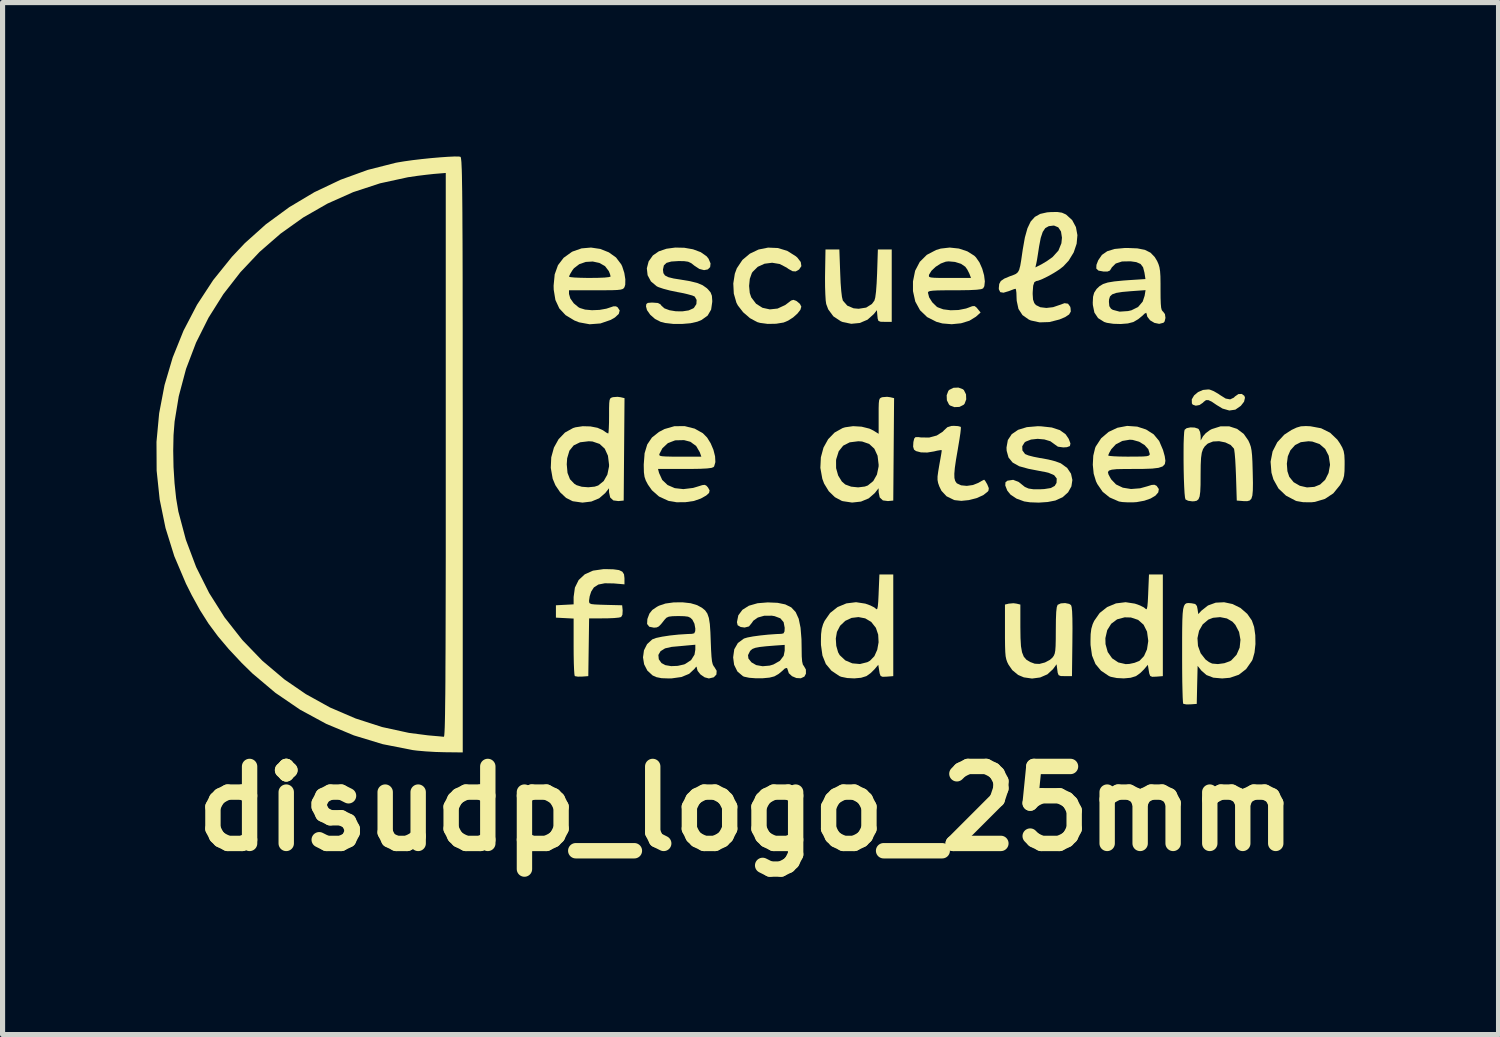
<source format=kicad_pcb>
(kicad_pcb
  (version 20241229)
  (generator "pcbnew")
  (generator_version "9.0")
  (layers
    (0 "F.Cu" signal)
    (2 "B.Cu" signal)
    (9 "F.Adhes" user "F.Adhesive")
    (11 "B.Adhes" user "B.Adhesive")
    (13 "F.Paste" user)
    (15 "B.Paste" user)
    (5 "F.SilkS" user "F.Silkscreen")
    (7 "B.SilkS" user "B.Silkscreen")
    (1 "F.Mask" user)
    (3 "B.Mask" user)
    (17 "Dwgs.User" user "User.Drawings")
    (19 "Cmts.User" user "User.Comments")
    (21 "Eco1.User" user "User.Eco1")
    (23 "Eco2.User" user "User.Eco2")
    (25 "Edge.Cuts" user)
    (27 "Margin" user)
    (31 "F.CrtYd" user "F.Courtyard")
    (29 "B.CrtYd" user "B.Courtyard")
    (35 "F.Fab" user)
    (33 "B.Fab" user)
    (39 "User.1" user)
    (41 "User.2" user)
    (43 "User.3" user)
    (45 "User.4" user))
  (footprint "disudp_logo_25mm"
    (layer "F.Cu")
    (at 11.583 5.79)
    (property "Reference" "disudp_logo_25mm" (at -0.09 6.92 0) (layer "F.SilkS") (effects (font (size 1.5 1.5) (thickness 0.3))))
    (attr board_only exclude_from_pos_files exclude_from_bom)
    (fp_poly (pts (xy 4.133 -1.254) (xy 4.154 -1.236) (xy 4.195 -1.154) (xy 4.199 -1.056) (xy 4.167 -0.971) (xy 4.148 -0.95) (xy 4.066 -0.909) (xy 3.969 -0.905) (xy 3.883 -0.937) (xy 3.863 -0.956) (xy 3.822 -1.038) (xy 3.818 -1.136) (xy 3.85 -1.221) (xy 3.868 -1.241) (xy 3.95 -1.282) (xy 4.048 -1.286)) (stroke (width 0) (type solid)) (fill yes) (layer "F.SilkS"))
    (fp_poly (pts (xy 8.947 -1.246) (xy 9.023 -1.216) (xy 9.113 -1.164) (xy 9.147 -1.14) (xy 9.256 -1.072) (xy 9.343 -1.056) (xy 9.415 -1.09) (xy 9.437 -1.113) (xy 9.503 -1.159) (xy 9.57 -1.162) (xy 9.62 -1.125) (xy 9.632 -1.088) (xy 9.614 -1.011) (xy 9.552 -0.931) (xy 9.445 -0.856) (xy 9.327 -0.839) (xy 9.194 -0.877) (xy 9.08 -0.946) (xy 8.983 -1.012) (xy 8.918 -1.042) (xy 8.872 -1.041) (xy 8.829 -1.009) (xy 8.812 -0.991) (xy 8.746 -0.946) (xy 8.673 -0.933) (xy 8.614 -0.953) (xy 8.597 -0.978) (xy 8.595 -1.056) (xy 8.64 -1.133) (xy 8.717 -1.198) (xy 8.814 -1.24) (xy 8.918 -1.25)) (stroke (width 0) (type solid)) (fill yes) (layer "F.SilkS"))
    (fp_poly (pts (xy 1.743 -3.513) (xy 1.751 -3.325) (xy 1.763 -3.169) (xy 1.777 -3.053) (xy 1.793 -2.987) (xy 1.795 -2.981) (xy 1.881 -2.883) (xy 2.004 -2.831) (xy 2.102 -2.822) (xy 2.249 -2.845) (xy 2.359 -2.914) (xy 2.409 -2.981) (xy 2.426 -3.042) (xy 2.441 -3.156) (xy 2.453 -3.319) (xy 2.462 -3.513) (xy 2.477 -3.978) (xy 2.612 -3.978) (xy 2.747 -3.978) (xy 2.747 -3.273) (xy 2.747 -2.567) (xy 2.612 -2.567) (xy 2.529 -2.569) (xy 2.488 -2.586) (xy 2.473 -2.63) (xy 2.468 -2.681) (xy 2.458 -2.795) (xy 2.397 -2.718) (xy 2.275 -2.609) (xy 2.124 -2.545) (xy 1.958 -2.529) (xy 1.79 -2.564) (xy 1.754 -2.579) (xy 1.609 -2.675) (xy 1.509 -2.811) (xy 1.47 -2.915) (xy 1.46 -2.985) (xy 1.453 -3.101) (xy 1.448 -3.25) (xy 1.447 -3.418) (xy 1.448 -3.504) (xy 1.456 -3.978) (xy 1.591 -3.978) (xy 1.726 -3.978)) (stroke (width 0) (type solid)) (fill yes) (layer "F.SilkS"))
    (fp_poly (pts (xy -2.677 2.256) (xy -2.569 2.271) (xy -2.504 2.302) (xy -2.471 2.353) (xy -2.462 2.427) (xy -2.462 2.429) (xy -2.462 2.549) (xy -2.671 2.531) (xy -2.844 2.528) (xy -2.971 2.553) (xy -3.058 2.609) (xy -3.111 2.691) (xy -3.14 2.782) (xy -3.152 2.863) (xy -3.152 2.865) (xy -3.151 2.898) (xy -3.138 2.92) (xy -3.104 2.934) (xy -3.039 2.941) (xy -2.93 2.946) (xy -2.83 2.949) (xy -2.507 2.957) (xy -2.497 3.059) (xy -2.502 3.142) (xy -2.527 3.186) (xy -2.573 3.197) (xy -2.664 3.206) (xy -2.784 3.211) (xy -2.859 3.212) (xy -3.151 3.213) (xy -3.159 3.775) (xy -3.167 4.338) (xy -3.289 4.347) (xy -3.37 4.348) (xy -3.424 4.339) (xy -3.431 4.335) (xy -3.438 4.299) (xy -3.444 4.214) (xy -3.449 4.088) (xy -3.452 3.931) (xy -3.453 3.764) (xy -3.453 3.216) (xy -3.625 3.207) (xy -3.798 3.198) (xy -3.798 3.077) (xy -3.798 2.957) (xy -3.625 2.948) (xy -3.453 2.939) (xy -3.453 2.795) (xy -3.428 2.613) (xy -3.355 2.465) (xy -3.236 2.354) (xy -3.076 2.282) (xy -2.875 2.253) (xy -2.834 2.252)) (stroke (width 0) (type solid)) (fill yes) (layer "F.SilkS"))
    (fp_poly (pts (xy 0.527 -4.006) (xy 0.71 -3.951) (xy 0.877 -3.846) (xy 0.908 -3.819) (xy 0.974 -3.733) (xy 0.986 -3.653) (xy 0.941 -3.587) (xy 0.938 -3.585) (xy 0.876 -3.55) (xy 0.814 -3.554) (xy 0.735 -3.598) (xy 0.701 -3.623) (xy 0.565 -3.694) (xy 0.416 -3.719) (xy 0.268 -3.7) (xy 0.136 -3.64) (xy 0.035 -3.54) (xy 0.021 -3.519) (xy -0.019 -3.406) (xy -0.033 -3.267) (xy -0.02 -3.13) (xy 0.009 -3.044) (xy 0.103 -2.92) (xy 0.228 -2.841) (xy 0.371 -2.81) (xy 0.522 -2.826) (xy 0.669 -2.894) (xy 0.723 -2.934) (xy 0.787 -2.983) (xy 0.831 -2.996) (xy 0.881 -2.978) (xy 0.897 -2.969) (xy 0.957 -2.918) (xy 0.985 -2.864) (xy 0.967 -2.802) (xy 0.909 -2.728) (xy 0.825 -2.653) (xy 0.728 -2.591) (xy 0.64 -2.554) (xy 0.493 -2.53) (xy 0.33 -2.527) (xy 0.18 -2.547) (xy 0.124 -2.563) (xy -0.016 -2.639) (xy -0.149 -2.754) (xy -0.252 -2.887) (xy -0.28 -2.94) (xy -0.331 -3.118) (xy -0.341 -3.315) (xy -0.311 -3.506) (xy -0.272 -3.611) (xy -0.163 -3.774) (xy -0.018 -3.896) (xy 0.152 -3.977) (xy 0.337 -4.014)) (stroke (width 0) (type solid)) (fill yes) (layer "F.SilkS"))
    (fp_poly (pts (xy 10.907 -0.532) (xy 11.116 -0.493) (xy 11.291 -0.406) (xy 11.433 -0.27) (xy 11.483 -0.197) (xy 11.528 -0.118) (xy 11.555 -0.049) (xy 11.569 0.031) (xy 11.574 0.141) (xy 11.574 0.21) (xy 11.572 0.342) (xy 11.563 0.434) (xy 11.543 0.506) (xy 11.507 0.577) (xy 11.483 0.617) (xy 11.353 0.776) (xy 11.19 0.884) (xy 10.996 0.942) (xy 10.923 0.95) (xy 10.766 0.948) (xy 10.638 0.926) (xy 10.621 0.92) (xy 10.431 0.82) (xy 10.285 0.681) (xy 10.186 0.503) (xy 10.148 0.373) (xy 10.134 0.198) (xy 10.448 0.198) (xy 10.459 0.344) (xy 10.495 0.453) (xy 10.58 0.558) (xy 10.701 0.628) (xy 10.841 0.66) (xy 10.984 0.649) (xy 11.096 0.604) (xy 11.195 0.511) (xy 11.261 0.379) (xy 11.289 0.226) (xy 11.289 0.21) (xy 11.264 0.043) (xy 11.195 -0.091) (xy 11.086 -0.185) (xy 10.944 -0.234) (xy 10.869 -0.24) (xy 10.72 -0.222) (xy 10.608 -0.165) (xy 10.517 -0.063) (xy 10.467 0.054) (xy 10.448 0.198) (xy 10.134 0.198) (xy 10.131 0.159) (xy 10.17 -0.041) (xy 10.261 -0.22) (xy 10.399 -0.369) (xy 10.539 -0.46) (xy 10.639 -0.507) (xy 10.722 -0.531) (xy 10.818 -0.536)) (stroke (width 0) (type solid)) (fill yes) (layer "F.SilkS"))
    (fp_poly (pts (xy 6.206 2.93) (xy 6.242 2.954) (xy 6.254 2.993) (xy 6.263 3.079) (xy 6.268 3.215) (xy 6.27 3.403) (xy 6.268 3.649) (xy 6.268 3.667) (xy 6.26 4.338) (xy 6.125 4.338) (xy 6.041 4.336) (xy 6 4.319) (xy 5.982 4.274) (xy 5.975 4.223) (xy 5.96 4.107) (xy 5.889 4.203) (xy 5.781 4.303) (xy 5.64 4.364) (xy 5.482 4.385) (xy 5.322 4.362) (xy 5.211 4.315) (xy 5.097 4.221) (xy 5.024 4.116) (xy 4.998 4.064) (xy 4.98 4.012) (xy 4.967 3.95) (xy 4.96 3.867) (xy 4.956 3.753) (xy 4.954 3.596) (xy 4.954 3.464) (xy 4.954 2.943) (xy 5.029 2.925) (xy 5.12 2.917) (xy 5.179 2.925) (xy 5.254 2.943) (xy 5.254 3.381) (xy 5.257 3.594) (xy 5.266 3.755) (xy 5.287 3.874) (xy 5.321 3.959) (xy 5.373 4.019) (xy 5.446 4.063) (xy 5.535 4.096) (xy 5.625 4.1) (xy 5.733 4.072) (xy 5.831 4.02) (xy 5.883 3.973) (xy 5.907 3.938) (xy 5.924 3.896) (xy 5.935 3.836) (xy 5.941 3.749) (xy 5.944 3.623) (xy 5.945 3.448) (xy 5.945 3.44) (xy 5.947 3.235) (xy 5.953 3.087) (xy 5.964 2.993) (xy 5.98 2.949) (xy 5.981 2.948) (xy 6.042 2.92) (xy 6.127 2.914)) (stroke (width 0) (type solid)) (fill yes) (layer "F.SilkS"))
    (fp_poly (pts (xy 2.718 -1.098) (xy 2.793 -1.08) (xy 2.785 -0.082) (xy 2.777 0.916) (xy 2.673 0.926) (xy 2.574 0.913) (xy 2.513 0.855) (xy 2.492 0.753) (xy 2.492 0.752) (xy 2.491 0.676) (xy 2.417 0.77) (xy 2.299 0.873) (xy 2.148 0.936) (xy 1.975 0.955) (xy 1.794 0.928) (xy 1.773 0.922) (xy 1.639 0.85) (xy 1.52 0.734) (xy 1.429 0.585) (xy 1.394 0.491) (xy 1.356 0.279) (xy 1.363 0.135) (xy 1.662 0.135) (xy 1.663 0.285) (xy 1.703 0.428) (xy 1.775 0.545) (xy 1.842 0.603) (xy 1.956 0.645) (xy 2.092 0.659) (xy 2.223 0.643) (xy 2.281 0.622) (xy 2.387 0.536) (xy 2.459 0.409) (xy 2.491 0.253) (xy 2.492 0.219) (xy 2.471 0.042) (xy 2.408 -0.095) (xy 2.307 -0.188) (xy 2.17 -0.235) (xy 2.096 -0.24) (xy 1.928 -0.219) (xy 1.801 -0.154) (xy 1.714 -0.045) (xy 1.665 0.111) (xy 1.662 0.135) (xy 1.363 0.135) (xy 1.366 0.073) (xy 1.417 -0.116) (xy 1.508 -0.28) (xy 1.634 -0.41) (xy 1.79 -0.497) (xy 1.839 -0.512) (xy 1.994 -0.534) (xy 2.16 -0.524) (xy 2.312 -0.486) (xy 2.387 -0.45) (xy 2.492 -0.385) (xy 2.492 -0.733) (xy 2.492 -0.881) (xy 2.495 -0.981) (xy 2.502 -1.041) (xy 2.516 -1.074) (xy 2.539 -1.09) (xy 2.567 -1.099) (xy 2.657 -1.106)) (stroke (width 0) (type solid)) (fill yes) (layer "F.SilkS"))
    (fp_poly (pts (xy 4.039 -0.535) (xy 4.088 -0.522) (xy 4.094 -0.517) (xy 4.094 -0.481) (xy 4.085 -0.397) (xy 4.067 -0.277) (xy 4.043 -0.133) (xy 4.036 -0.09) (xy 4 0.119) (xy 3.977 0.278) (xy 3.967 0.394) (xy 3.969 0.477) (xy 3.984 0.534) (xy 4.011 0.574) (xy 4.018 0.581) (xy 4.099 0.619) (xy 4.21 0.63) (xy 4.33 0.613) (xy 4.436 0.571) (xy 4.437 0.57) (xy 4.503 0.532) (xy 4.545 0.511) (xy 4.549 0.51) (xy 4.57 0.534) (xy 4.604 0.592) (xy 4.61 0.603) (xy 4.639 0.674) (xy 4.633 0.721) (xy 4.62 0.74) (xy 4.53 0.811) (xy 4.4 0.869) (xy 4.251 0.907) (xy 4.103 0.922) (xy 3.974 0.908) (xy 3.961 0.904) (xy 3.816 0.833) (xy 3.716 0.726) (xy 3.675 0.642) (xy 3.651 0.574) (xy 3.64 0.515) (xy 3.64 0.446) (xy 3.653 0.35) (xy 3.673 0.23) (xy 3.695 0.107) (xy 3.712 0.009) (xy 3.721 -0.052) (xy 3.723 -0.065) (xy 3.697 -0.067) (xy 3.63 -0.056) (xy 3.573 -0.042) (xy 3.439 -0.02) (xy 3.316 -0.023) (xy 3.221 -0.048) (xy 3.181 -0.077) (xy 3.164 -0.135) (xy 3.169 -0.224) (xy 3.185 -0.292) (xy 3.21 -0.32) (xy 3.265 -0.321) (xy 3.316 -0.314) (xy 3.477 -0.312) (xy 3.625 -0.352) (xy 3.742 -0.427) (xy 3.764 -0.451) (xy 3.832 -0.514) (xy 3.911 -0.538) (xy 3.959 -0.54)) (stroke (width 0) (type solid)) (fill yes) (layer "F.SilkS"))
    (fp_poly (pts (xy -1.094 -0.486) (xy -0.935 -0.397) (xy -0.852 -0.313) (xy -0.782 -0.2) (xy -0.728 -0.073) (xy -0.696 0.054) (xy -0.69 0.166) (xy -0.714 0.249) (xy -0.727 0.264) (xy -0.765 0.279) (xy -0.851 0.29) (xy -0.987 0.297) (xy -1.177 0.3) (xy -1.285 0.3) (xy -1.808 0.3) (xy -1.788 0.378) (xy -1.726 0.514) (xy -1.622 0.613) (xy -1.482 0.674) (xy -1.314 0.693) (xy -1.125 0.67) (xy -1.031 0.642) (xy -0.945 0.615) (xy -0.896 0.61) (xy -0.863 0.628) (xy -0.834 0.661) (xy -0.803 0.717) (xy -0.813 0.767) (xy -0.869 0.818) (xy -0.974 0.877) (xy -1.109 0.924) (xy -1.275 0.948) (xy -1.446 0.949) (xy -1.596 0.924) (xy -1.611 0.919) (xy -1.789 0.837) (xy -1.927 0.715) (xy -2.004 0.606) (xy -2.046 0.527) (xy -2.071 0.454) (xy -2.083 0.366) (xy -2.086 0.243) (xy -2.086 0.21) (xy -2.072 0.028) (xy -1.784 0.028) (xy -1.77 0.043) (xy -1.731 0.052) (xy -1.657 0.057) (xy -1.54 0.06) (xy -1.382 0.06) (xy -0.964 0.06) (xy -0.994 -0.026) (xy -1.066 -0.149) (xy -1.179 -0.23) (xy -1.301 -0.262) (xy -1.473 -0.258) (xy -1.615 -0.204) (xy -1.723 -0.103) (xy -1.781 0.008) (xy -1.784 0.028) (xy -2.072 0.028) (xy -2.07 -0.005) (xy -2.018 -0.177) (xy -1.926 -0.313) (xy -1.79 -0.421) (xy -1.681 -0.478) (xy -1.49 -0.533) (xy -1.289 -0.535)) (stroke (width 0) (type solid)) (fill yes) (layer "F.SilkS"))
    (fp_poly (pts (xy 2.777 3.348) (xy 2.777 4.338) (xy 2.65 4.348) (xy 2.57 4.351) (xy 2.531 4.335) (xy 2.512 4.285) (xy 2.504 4.237) (xy 2.485 4.117) (xy 2.41 4.206) (xy 2.336 4.279) (xy 2.256 4.336) (xy 2.25 4.339) (xy 2.149 4.37) (xy 2.017 4.382) (xy 1.88 4.375) (xy 1.762 4.351) (xy 1.726 4.336) (xy 1.572 4.232) (xy 1.463 4.102) (xy 1.397 3.937) (xy 1.368 3.731) (xy 1.367 3.663) (xy 1.368 3.605) (xy 1.657 3.605) (xy 1.666 3.747) (xy 1.702 3.874) (xy 1.733 3.929) (xy 1.842 4.031) (xy 1.979 4.089) (xy 2.128 4.102) (xy 2.272 4.066) (xy 2.324 4.037) (xy 2.409 3.949) (xy 2.465 3.823) (xy 2.491 3.678) (xy 2.483 3.529) (xy 2.438 3.396) (xy 2.437 3.395) (xy 2.347 3.281) (xy 2.23 3.212) (xy 2.099 3.187) (xy 1.965 3.203) (xy 1.842 3.26) (xy 1.741 3.356) (xy 1.679 3.476) (xy 1.657 3.605) (xy 1.368 3.605) (xy 1.37 3.52) (xy 1.383 3.415) (xy 1.409 3.326) (xy 1.438 3.262) (xy 1.546 3.107) (xy 1.691 2.992) (xy 1.864 2.92) (xy 2.052 2.897) (xy 2.233 2.925) (xy 2.33 2.96) (xy 2.407 2.999) (xy 2.435 3.022) (xy 2.453 3.036) (xy 2.466 3.024) (xy 2.476 2.976) (xy 2.484 2.886) (xy 2.491 2.745) (xy 2.492 2.714) (xy 2.507 2.357) (xy 2.642 2.357) (xy 2.777 2.357)) (stroke (width 0) (type solid)) (fill yes) (layer "F.SilkS"))
    (fp_poly (pts (xy 8.031 3.348) (xy 8.031 4.338) (xy 7.904 4.348) (xy 7.824 4.351) (xy 7.785 4.335) (xy 7.766 4.285) (xy 7.758 4.237) (xy 7.739 4.117) (xy 7.664 4.206) (xy 7.59 4.279) (xy 7.51 4.336) (xy 7.504 4.339) (xy 7.403 4.37) (xy 7.271 4.382) (xy 7.134 4.375) (xy 7.016 4.351) (xy 6.98 4.336) (xy 6.826 4.232) (xy 6.718 4.102) (xy 6.651 3.937) (xy 6.622 3.731) (xy 6.621 3.663) (xy 6.622 3.598) (xy 6.911 3.598) (xy 6.914 3.715) (xy 6.957 3.869) (xy 7.043 3.991) (xy 7.163 4.071) (xy 7.307 4.104) (xy 7.379 4.1) (xy 7.478 4.079) (xy 7.564 4.045) (xy 7.579 4.037) (xy 7.664 3.947) (xy 7.722 3.817) (xy 7.746 3.66) (xy 7.746 3.643) (xy 7.723 3.471) (xy 7.656 3.336) (xy 7.55 3.242) (xy 7.409 3.195) (xy 7.287 3.192) (xy 7.14 3.231) (xy 7.025 3.317) (xy 6.947 3.442) (xy 6.911 3.598) (xy 6.622 3.598) (xy 6.624 3.52) (xy 6.637 3.415) (xy 6.663 3.326) (xy 6.692 3.262) (xy 6.8 3.107) (xy 6.946 2.992) (xy 7.118 2.92) (xy 7.306 2.897) (xy 7.487 2.925) (xy 7.585 2.96) (xy 7.662 2.999) (xy 7.69 3.022) (xy 7.707 3.036) (xy 7.72 3.024) (xy 7.73 2.976) (xy 7.738 2.886) (xy 7.745 2.745) (xy 7.746 2.714) (xy 7.761 2.357) (xy 7.896 2.357) (xy 8.031 2.357)) (stroke (width 0) (type solid)) (fill yes) (layer "F.SilkS"))
    (fp_poly (pts (xy -2.537 -1.098) (xy -2.461 -1.08) (xy -2.469 -0.082) (xy -2.477 0.916) (xy -2.581 0.926) (xy -2.68 0.913) (xy -2.741 0.855) (xy -2.763 0.753) (xy -2.763 0.752) (xy -2.763 0.676) (xy -2.837 0.77) (xy -2.955 0.872) (xy -3.107 0.935) (xy -3.281 0.956) (xy -3.464 0.93) (xy -3.476 0.927) (xy -3.6 0.864) (xy -3.715 0.756) (xy -3.808 0.618) (xy -3.861 0.491) (xy -3.898 0.279) (xy -3.895 0.21) (xy -3.587 0.21) (xy -3.572 0.377) (xy -3.524 0.5) (xy -3.439 0.589) (xy -3.396 0.616) (xy -3.294 0.647) (xy -3.167 0.657) (xy -3.043 0.645) (xy -2.973 0.622) (xy -2.867 0.536) (xy -2.795 0.409) (xy -2.763 0.253) (xy -2.762 0.219) (xy -2.784 0.042) (xy -2.846 -0.095) (xy -2.947 -0.188) (xy -3.084 -0.235) (xy -3.158 -0.24) (xy -3.326 -0.22) (xy -3.452 -0.159) (xy -3.535 -0.056) (xy -3.579 0.092) (xy -3.587 0.21) (xy -3.895 0.21) (xy -3.889 0.073) (xy -3.837 -0.116) (xy -3.746 -0.28) (xy -3.621 -0.41) (xy -3.464 -0.497) (xy -3.416 -0.512) (xy -3.276 -0.533) (xy -3.126 -0.529) (xy -2.987 -0.502) (xy -2.883 -0.455) (xy -2.878 -0.452) (xy -2.818 -0.41) (xy -2.78 -0.391) (xy -2.778 -0.39) (xy -2.772 -0.418) (xy -2.767 -0.495) (xy -2.763 -0.607) (xy -2.762 -0.735) (xy -2.762 -0.883) (xy -2.759 -0.982) (xy -2.752 -1.042) (xy -2.738 -1.075) (xy -2.715 -1.09) (xy -2.687 -1.099) (xy -2.597 -1.106)) (stroke (width 0) (type solid)) (fill yes) (layer "F.SilkS"))
    (fp_poly (pts (xy 9.478 -0.481) (xy 9.608 -0.383) (xy 9.697 -0.255) (xy 9.725 -0.193) (xy 9.746 -0.132) (xy 9.76 -0.06) (xy 9.77 0.034) (xy 9.777 0.163) (xy 9.782 0.338) (xy 9.783 0.376) (xy 9.787 0.573) (xy 9.785 0.718) (xy 9.776 0.818) (xy 9.756 0.881) (xy 9.723 0.915) (xy 9.674 0.928) (xy 9.606 0.927) (xy 9.587 0.925) (xy 9.472 0.916) (xy 9.457 0.435) (xy 9.45 0.268) (xy 9.442 0.12) (xy 9.432 0.002) (xy 9.422 -0.075) (xy 9.417 -0.096) (xy 9.352 -0.168) (xy 9.249 -0.217) (xy 9.128 -0.241) (xy 9.009 -0.235) (xy 8.91 -0.196) (xy 8.898 -0.187) (xy 8.849 -0.141) (xy 8.814 -0.087) (xy 8.79 -0.016) (xy 8.776 0.083) (xy 8.769 0.221) (xy 8.767 0.407) (xy 8.767 0.427) (xy 8.766 0.612) (xy 8.76 0.745) (xy 8.748 0.835) (xy 8.726 0.89) (xy 8.692 0.919) (xy 8.642 0.93) (xy 8.602 0.931) (xy 8.524 0.92) (xy 8.473 0.895) (xy 8.463 0.856) (xy 8.454 0.768) (xy 8.447 0.642) (xy 8.441 0.487) (xy 8.437 0.316) (xy 8.435 0.139) (xy 8.435 -0.034) (xy 8.436 -0.192) (xy 8.441 -0.324) (xy 8.447 -0.418) (xy 8.455 -0.463) (xy 8.495 -0.495) (xy 8.569 -0.51) (xy 8.651 -0.507) (xy 8.718 -0.485) (xy 8.731 -0.474) (xy 8.757 -0.42) (xy 8.768 -0.347) (xy 8.769 -0.255) (xy 8.813 -0.335) (xy 8.866 -0.396) (xy 8.949 -0.458) (xy 8.986 -0.477) (xy 9.157 -0.531) (xy 9.324 -0.531)) (stroke (width 0) (type solid)) (fill yes) (layer "F.SilkS"))
    (fp_poly (pts (xy -2.933 -3.988) (xy -2.767 -3.922) (xy -2.627 -3.822) (xy -2.526 -3.689) (xy -2.506 -3.648) (xy -2.465 -3.521) (xy -2.445 -3.396) (xy -2.447 -3.291) (xy -2.461 -3.245) (xy -2.476 -3.222) (xy -2.499 -3.206) (xy -2.539 -3.195) (xy -2.604 -3.188) (xy -2.705 -3.184) (xy -2.849 -3.183) (xy -3.018 -3.183) (xy -3.543 -3.183) (xy -3.543 -3.111) (xy -3.517 -3.022) (xy -3.451 -2.929) (xy -3.357 -2.851) (xy -3.331 -2.837) (xy -3.23 -2.806) (xy -3.095 -2.794) (xy -2.948 -2.8) (xy -2.814 -2.824) (xy -2.762 -2.841) (xy -2.679 -2.869) (xy -2.627 -2.869) (xy -2.595 -2.851) (xy -2.555 -2.789) (xy -2.573 -2.722) (xy -2.648 -2.652) (xy -2.73 -2.605) (xy -2.93 -2.536) (xy -3.141 -2.52) (xy -3.348 -2.558) (xy -3.438 -2.594) (xy -3.61 -2.698) (xy -3.732 -2.829) (xy -3.808 -2.993) (xy -3.841 -3.194) (xy -3.843 -3.273) (xy -3.826 -3.448) (xy -3.543 -3.448) (xy -3.515 -3.439) (xy -3.437 -3.431) (xy -3.322 -3.426) (xy -3.179 -3.423) (xy -3.137 -3.423) (xy -2.978 -3.425) (xy -2.851 -3.43) (xy -2.767 -3.439) (xy -2.732 -3.45) (xy -2.732 -3.451) (xy -2.744 -3.498) (xy -2.767 -3.556) (xy -2.841 -3.653) (xy -2.95 -3.715) (xy -3.08 -3.743) (xy -3.216 -3.735) (xy -3.343 -3.691) (xy -3.447 -3.611) (xy -3.474 -3.576) (xy -3.517 -3.506) (xy -3.541 -3.456) (xy -3.543 -3.448) (xy -3.826 -3.448) (xy -3.822 -3.492) (xy -3.758 -3.671) (xy -3.648 -3.815) (xy -3.491 -3.928) (xy -3.473 -3.938) (xy -3.298 -3.999) (xy -3.114 -4.015)) (stroke (width 0) (type solid)) (fill yes) (layer "F.SilkS"))
    (fp_poly (pts (xy 5.659 -0.531) (xy 5.867 -0.508) (xy 6.025 -0.456) (xy 6.137 -0.375) (xy 6.197 -0.286) (xy 6.23 -0.198) (xy 6.22 -0.146) (xy 6.16 -0.124) (xy 6.09 -0.12) (xy 5.986 -0.134) (xy 5.92 -0.181) (xy 5.919 -0.182) (xy 5.839 -0.24) (xy 5.722 -0.275) (xy 5.59 -0.287) (xy 5.462 -0.273) (xy 5.359 -0.233) (xy 5.337 -0.217) (xy 5.291 -0.143) (xy 5.294 -0.061) (xy 5.345 0.008) (xy 5.352 0.012) (xy 5.413 0.037) (xy 5.514 0.063) (xy 5.636 0.087) (xy 5.668 0.091) (xy 5.803 0.117) (xy 5.933 0.15) (xy 6.032 0.186) (xy 6.043 0.191) (xy 6.167 0.281) (xy 6.241 0.392) (xy 6.268 0.515) (xy 6.249 0.64) (xy 6.185 0.755) (xy 6.078 0.851) (xy 5.937 0.915) (xy 5.788 0.944) (xy 5.613 0.956) (xy 5.442 0.95) (xy 5.329 0.933) (xy 5.179 0.878) (xy 5.062 0.8) (xy 4.999 0.722) (xy 4.96 0.622) (xy 4.964 0.559) (xy 5.001 0.529) (xy 5.114 0.512) (xy 5.222 0.554) (xy 5.279 0.6) (xy 5.344 0.652) (xy 5.415 0.682) (xy 5.51 0.696) (xy 5.643 0.696) (xy 5.72 0.692) (xy 5.846 0.672) (xy 5.923 0.631) (xy 5.959 0.572) (xy 5.963 0.486) (xy 5.912 0.421) (xy 5.804 0.375) (xy 5.75 0.362) (xy 5.618 0.337) (xy 5.474 0.309) (xy 5.412 0.297) (xy 5.231 0.247) (xy 5.103 0.175) (xy 5.023 0.076) (xy 4.987 -0.054) (xy 4.984 -0.117) (xy 5.01 -0.263) (xy 5.087 -0.379) (xy 5.211 -0.463) (xy 5.381 -0.515) (xy 5.593 -0.533)) (stroke (width 0) (type solid)) (fill yes) (layer "F.SilkS"))
    (fp_poly (pts (xy 4.055 -3.996) (xy 4.221 -3.941) (xy 4.356 -3.856) (xy 4.389 -3.823) (xy 4.457 -3.725) (xy 4.511 -3.603) (xy 4.547 -3.475) (xy 4.562 -3.356) (xy 4.552 -3.262) (xy 4.528 -3.219) (xy 4.489 -3.204) (xy 4.403 -3.193) (xy 4.267 -3.186) (xy 4.076 -3.183) (xy 3.972 -3.183) (xy 3.782 -3.182) (xy 3.644 -3.18) (xy 3.55 -3.175) (xy 3.492 -3.167) (xy 3.462 -3.155) (xy 3.453 -3.139) (xy 3.453 -3.136) (xy 3.476 -3.045) (xy 3.537 -2.948) (xy 3.619 -2.867) (xy 3.642 -2.851) (xy 3.751 -2.811) (xy 3.894 -2.793) (xy 4.049 -2.798) (xy 4.195 -2.827) (xy 4.237 -2.842) (xy 4.316 -2.872) (xy 4.361 -2.875) (xy 4.395 -2.851) (xy 4.421 -2.821) (xy 4.479 -2.749) (xy 4.388 -2.667) (xy 4.261 -2.589) (xy 4.098 -2.539) (xy 3.916 -2.521) (xy 3.734 -2.536) (xy 3.62 -2.567) (xy 3.437 -2.66) (xy 3.299 -2.793) (xy 3.206 -2.963) (xy 3.161 -3.167) (xy 3.161 -3.354) (xy 3.182 -3.459) (xy 3.471 -3.459) (xy 3.48 -3.442) (xy 3.513 -3.432) (xy 3.576 -3.426) (xy 3.68 -3.423) (xy 3.833 -3.423) (xy 3.875 -3.423) (xy 4.292 -3.423) (xy 4.261 -3.505) (xy 4.22 -3.586) (xy 4.181 -3.641) (xy 4.098 -3.698) (xy 3.98 -3.735) (xy 3.855 -3.746) (xy 3.8 -3.74) (xy 3.703 -3.704) (xy 3.603 -3.64) (xy 3.521 -3.562) (xy 3.475 -3.487) (xy 3.474 -3.483) (xy 3.471 -3.459) (xy 3.182 -3.459) (xy 3.203 -3.563) (xy 3.294 -3.737) (xy 3.431 -3.873) (xy 3.61 -3.967) (xy 3.702 -3.995) (xy 3.876 -4.015)) (stroke (width 0) (type solid)) (fill yes) (layer "F.SilkS"))
    (fp_poly (pts (xy 9.39 2.933) (xy 9.544 3.009) (xy 9.677 3.125) (xy 9.766 3.253) (xy 9.81 3.379) (xy 9.833 3.54) (xy 9.836 3.713) (xy 9.818 3.878) (xy 9.78 4.013) (xy 9.768 4.038) (xy 9.654 4.201) (xy 9.512 4.311) (xy 9.339 4.37) (xy 9.187 4.383) (xy 9.015 4.368) (xy 8.882 4.317) (xy 8.779 4.227) (xy 8.771 4.216) (xy 8.709 4.138) (xy 8.7 4.508) (xy 8.692 4.879) (xy 8.571 4.888) (xy 8.489 4.889) (xy 8.435 4.879) (xy 8.428 4.875) (xy 8.423 4.841) (xy 8.418 4.754) (xy 8.414 4.622) (xy 8.41 4.452) (xy 8.408 4.252) (xy 8.407 4.029) (xy 8.407 3.917) (xy 8.407 3.643) (xy 8.407 3.598) (xy 8.706 3.598) (xy 8.716 3.749) (xy 8.768 3.892) (xy 8.862 4.013) (xy 8.931 4.064) (xy 8.992 4.093) (xy 9.104 4.103) (xy 9.23 4.086) (xy 9.338 4.047) (xy 9.365 4.031) (xy 9.468 3.921) (xy 9.528 3.783) (xy 9.544 3.63) (xy 9.517 3.478) (xy 9.445 3.34) (xy 9.387 3.276) (xy 9.28 3.214) (xy 9.147 3.188) (xy 9.009 3.201) (xy 8.919 3.236) (xy 8.809 3.328) (xy 8.737 3.454) (xy 8.706 3.598) (xy 8.407 3.598) (xy 8.408 3.424) (xy 8.411 3.252) (xy 8.417 3.124) (xy 8.427 3.032) (xy 8.443 2.971) (xy 8.465 2.934) (xy 8.494 2.917) (xy 8.532 2.913) (xy 8.579 2.917) (xy 8.592 2.918) (xy 8.662 2.932) (xy 8.695 2.971) (xy 8.707 3.028) (xy 8.722 3.129) (xy 8.782 3.063) (xy 8.911 2.961) (xy 9.062 2.906) (xy 9.226 2.898)) (stroke (width 0) (type solid)) (fill yes) (layer "F.SilkS"))
    (fp_poly (pts (xy 7.532 -0.525) (xy 7.704 -0.469) (xy 7.852 -0.375) (xy 7.959 -0.246) (xy 8.033 -0.073) (xy 8.035 -0.068) (xy 8.068 0.051) (xy 8.081 0.141) (xy 8.07 0.206) (xy 8.027 0.251) (xy 7.947 0.278) (xy 7.824 0.293) (xy 7.651 0.299) (xy 7.474 0.3) (xy 7.276 0.301) (xy 7.132 0.304) (xy 7.036 0.314) (xy 6.981 0.332) (xy 6.961 0.361) (xy 6.971 0.405) (xy 7.003 0.466) (xy 7.026 0.505) (xy 7.119 0.602) (xy 7.251 0.665) (xy 7.411 0.691) (xy 7.588 0.677) (xy 7.722 0.64) (xy 7.812 0.612) (xy 7.867 0.608) (xy 7.906 0.627) (xy 7.911 0.63) (xy 7.953 0.692) (xy 7.942 0.757) (xy 7.887 0.82) (xy 7.793 0.876) (xy 7.67 0.919) (xy 7.522 0.946) (xy 7.464 0.95) (xy 7.345 0.951) (xy 7.241 0.945) (xy 7.175 0.934) (xy 6.994 0.855) (xy 6.858 0.745) (xy 6.754 0.594) (xy 6.728 0.54) (xy 6.683 0.392) (xy 6.666 0.219) (xy 6.675 0.044) (xy 6.676 0.038) (xy 6.966 0.038) (xy 6.994 0.046) (xy 7.071 0.053) (xy 7.186 0.058) (xy 7.329 0.06) (xy 7.371 0.06) (xy 7.534 0.059) (xy 7.647 0.057) (xy 7.718 0.051) (xy 7.757 0.04) (xy 7.774 0.024) (xy 7.776 0.007) (xy 7.748 -0.085) (xy 7.674 -0.167) (xy 7.568 -0.231) (xy 7.443 -0.266) (xy 7.386 -0.27) (xy 7.242 -0.246) (xy 7.115 -0.18) (xy 7.026 -0.084) (xy 6.987 -0.015) (xy 6.967 0.032) (xy 6.966 0.038) (xy 6.676 0.038) (xy 6.711 -0.107) (xy 6.722 -0.135) (xy 6.829 -0.298) (xy 6.974 -0.422) (xy 7.146 -0.503) (xy 7.336 -0.539)) (stroke (width 0) (type solid)) (fill yes) (layer "F.SilkS"))
    (fp_poly (pts (xy -1.295 -4.011) (xy -1.125 -3.981) (xy -0.975 -3.925) (xy -0.861 -3.845) (xy -0.824 -3.799) (xy -0.784 -3.706) (xy -0.792 -3.634) (xy -0.838 -3.589) (xy -0.911 -3.575) (xy -1.002 -3.598) (xy -1.098 -3.661) (xy -1.161 -3.711) (xy -1.221 -3.739) (xy -1.298 -3.75) (xy -1.405 -3.752) (xy -1.549 -3.743) (xy -1.642 -3.717) (xy -1.694 -3.667) (xy -1.711 -3.589) (xy -1.711 -3.578) (xy -1.703 -3.516) (xy -1.672 -3.471) (xy -1.608 -3.438) (xy -1.503 -3.412) (xy -1.377 -3.392) (xy -1.186 -3.36) (xy -1.044 -3.325) (xy -0.939 -3.281) (xy -0.858 -3.224) (xy -0.837 -3.204) (xy -0.784 -3.142) (xy -0.758 -3.075) (xy -0.751 -2.98) (xy -0.751 -2.957) (xy -0.773 -2.806) (xy -0.841 -2.689) (xy -0.959 -2.604) (xy -1.042 -2.57) (xy -1.175 -2.54) (xy -1.341 -2.526) (xy -1.513 -2.527) (xy -1.669 -2.545) (xy -1.756 -2.567) (xy -1.867 -2.624) (xy -1.96 -2.706) (xy -2.023 -2.796) (xy -2.042 -2.868) (xy -2.036 -2.914) (xy -2.008 -2.936) (xy -1.942 -2.942) (xy -1.908 -2.942) (xy -1.813 -2.935) (xy -1.76 -2.908) (xy -1.742 -2.883) (xy -1.683 -2.83) (xy -1.583 -2.793) (xy -1.46 -2.773) (xy -1.33 -2.772) (xy -1.211 -2.79) (xy -1.121 -2.83) (xy -1.107 -2.841) (xy -1.06 -2.914) (xy -1.056 -2.995) (xy -1.094 -3.061) (xy -1.141 -3.081) (xy -1.232 -3.106) (xy -1.352 -3.133) (xy -1.433 -3.148) (xy -1.573 -3.177) (xy -1.702 -3.211) (xy -1.8 -3.244) (xy -1.833 -3.26) (xy -1.946 -3.355) (xy -2.011 -3.476) (xy -2.026 -3.61) (xy -1.991 -3.745) (xy -1.908 -3.862) (xy -1.793 -3.941) (xy -1.643 -3.992) (xy -1.472 -4.015)) (stroke (width 0) (type solid)) (fill yes) (layer "F.SilkS"))
    (fp_poly (pts (xy 0.521 2.909) (xy 0.672 2.94) (xy 0.789 2.998) (xy 0.875 3.09) (xy 0.934 3.22) (xy 0.97 3.395) (xy 0.988 3.619) (xy 0.991 3.802) (xy 0.993 3.952) (xy 1.001 4.052) (xy 1.015 4.113) (xy 1.036 4.143) (xy 1.074 4.209) (xy 1.075 4.29) (xy 1.045 4.347) (xy 0.975 4.38) (xy 0.888 4.375) (xy 0.803 4.339) (xy 0.741 4.281) (xy 0.721 4.218) (xy 0.706 4.178) (xy 0.665 4.188) (xy 0.613 4.237) (xy 0.543 4.295) (xy 0.459 4.343) (xy 0.364 4.367) (xy 0.237 4.379) (xy 0.099 4.38) (xy -0.031 4.37) (xy -0.129 4.349) (xy -0.153 4.339) (xy -0.261 4.247) (xy -0.325 4.117) (xy -0.344 3.973) (xy -0.338 3.929) (xy -0.054 3.929) (xy -0.046 3.995) (xy 0.013 4.069) (xy 0.014 4.07) (xy 0.106 4.123) (xy 0.23 4.145) (xy 0.368 4.133) (xy 0.441 4.111) (xy 0.567 4.04) (xy 0.641 3.942) (xy 0.661 3.841) (xy 0.661 3.729) (xy 0.473 3.742) (xy 0.299 3.756) (xy 0.174 3.77) (xy 0.089 3.786) (xy 0.034 3.807) (xy -0.001 3.835) (xy -0.015 3.851) (xy -0.054 3.929) (xy -0.338 3.929) (xy -0.322 3.815) (xy -0.252 3.693) (xy -0.134 3.606) (xy -0.132 3.605) (xy -0.066 3.585) (xy 0.045 3.564) (xy 0.186 3.545) (xy 0.341 3.529) (xy 0.497 3.518) (xy 0.593 3.514) (xy 0.637 3.505) (xy 0.657 3.467) (xy 0.661 3.397) (xy 0.64 3.286) (xy 0.576 3.211) (xy 0.464 3.169) (xy 0.41 3.16) (xy 0.262 3.161) (xy 0.137 3.196) (xy 0.048 3.259) (xy 0.023 3.297) (xy -0.035 3.369) (xy -0.12 3.391) (xy -0.198 3.38) (xy -0.256 3.346) (xy -0.27 3.286) (xy -0.243 3.153) (xy -0.164 3.046) (xy -0.038 2.966) (xy 0.133 2.917) (xy 0.33 2.901)) (stroke (width 0) (type solid)) (fill yes) (layer "F.SilkS"))
    (fp_poly (pts (xy 7.535 -3.999) (xy 7.682 -3.97) (xy 7.791 -3.915) (xy 7.873 -3.83) (xy 7.919 -3.754) (xy 7.946 -3.693) (xy 7.965 -3.631) (xy 7.977 -3.555) (xy 7.984 -3.453) (xy 7.986 -3.31) (xy 7.986 -3.208) (xy 7.987 -3.039) (xy 7.991 -2.92) (xy 7.998 -2.843) (xy 8.01 -2.797) (xy 8.028 -2.772) (xy 8.035 -2.768) (xy 8.072 -2.718) (xy 8.082 -2.644) (xy 8.066 -2.575) (xy 8.043 -2.549) (xy 7.96 -2.528) (xy 7.867 -2.547) (xy 7.783 -2.597) (xy 7.728 -2.668) (xy 7.716 -2.72) (xy 7.707 -2.744) (xy 7.675 -2.727) (xy 7.634 -2.687) (xy 7.551 -2.619) (xy 7.461 -2.566) (xy 7.454 -2.563) (xy 7.349 -2.536) (xy 7.211 -2.525) (xy 7.067 -2.529) (xy 6.941 -2.548) (xy 6.888 -2.565) (xy 6.769 -2.64) (xy 6.697 -2.748) (xy 6.667 -2.895) (xy 6.665 -2.944) (xy 6.666 -2.958) (xy 6.98 -2.958) (xy 6.988 -2.873) (xy 7.02 -2.824) (xy 7.056 -2.801) (xy 7.188 -2.766) (xy 7.351 -2.777) (xy 7.418 -2.792) (xy 7.548 -2.856) (xy 7.638 -2.961) (xy 7.676 -3.075) (xy 7.694 -3.185) (xy 7.412 -3.165) (xy 7.241 -3.15) (xy 7.122 -3.131) (xy 7.044 -3.103) (xy 7.001 -3.062) (xy 6.983 -3.004) (xy 6.98 -2.958) (xy 6.666 -2.958) (xy 6.671 -3.056) (xy 6.692 -3.134) (xy 6.736 -3.202) (xy 6.742 -3.21) (xy 6.798 -3.263) (xy 6.866 -3.304) (xy 6.958 -3.334) (xy 7.085 -3.355) (xy 7.256 -3.372) (xy 7.366 -3.38) (xy 7.692 -3.401) (xy 7.673 -3.525) (xy 7.646 -3.63) (xy 7.597 -3.695) (xy 7.514 -3.731) (xy 7.403 -3.747) (xy 7.236 -3.744) (xy 7.113 -3.704) (xy 7.037 -3.629) (xy 7.029 -3.614) (xy 6.999 -3.567) (xy 6.953 -3.548) (xy 6.871 -3.548) (xy 6.868 -3.549) (xy 6.776 -3.566) (xy 6.734 -3.606) (xy 6.737 -3.678) (xy 6.772 -3.768) (xy 6.844 -3.872) (xy 6.948 -3.944) (xy 7.093 -3.988) (xy 7.284 -4.006) (xy 7.341 -4.007)) (stroke (width 0) (type solid)) (fill yes) (layer "F.SilkS"))
    (fp_poly (pts (xy 6.064 -4.695) (xy 6.136 -4.663) (xy 6.148 -4.656) (xy 6.264 -4.55) (xy 6.337 -4.414) (xy 6.366 -4.257) (xy 6.351 -4.09) (xy 6.294 -3.921) (xy 6.195 -3.759) (xy 6.09 -3.647) (xy 6.011 -3.586) (xy 5.906 -3.519) (xy 5.792 -3.455) (xy 5.684 -3.402) (xy 5.599 -3.369) (xy 5.565 -3.363) (xy 5.527 -3.341) (xy 5.504 -3.272) (xy 5.495 -3.151) (xy 5.494 -3.11) (xy 5.501 -3.002) (xy 5.525 -2.933) (xy 5.558 -2.894) (xy 5.643 -2.852) (xy 5.761 -2.838) (xy 5.892 -2.853) (xy 6.012 -2.894) (xy 6.115 -2.931) (xy 6.183 -2.921) (xy 6.225 -2.863) (xy 6.232 -2.838) (xy 6.237 -2.768) (xy 6.204 -2.711) (xy 6.127 -2.66) (xy 6.016 -2.613) (xy 5.82 -2.563) (xy 5.629 -2.557) (xy 5.459 -2.594) (xy 5.418 -2.612) (xy 5.295 -2.699) (xy 5.217 -2.819) (xy 5.183 -2.977) (xy 5.18 -3.04) (xy 5.177 -3.133) (xy 5.169 -3.195) (xy 5.16 -3.212) (xy 5.123 -3.202) (xy 5.053 -3.175) (xy 5.029 -3.166) (xy 4.925 -3.135) (xy 4.862 -3.146) (xy 4.835 -3.201) (xy 4.834 -3.224) (xy 4.842 -3.305) (xy 4.873 -3.363) (xy 4.939 -3.409) (xy 5.046 -3.454) (xy 5.118 -3.48) (xy 5.169 -3.503) (xy 5.205 -3.534) (xy 5.231 -3.581) (xy 5.243 -3.628) (xy 5.547 -3.628) (xy 5.667 -3.689) (xy 5.768 -3.749) (xy 5.866 -3.818) (xy 5.882 -3.83) (xy 5.996 -3.956) (xy 6.054 -4.099) (xy 6.065 -4.207) (xy 6.046 -4.328) (xy 5.993 -4.409) (xy 5.912 -4.443) (xy 5.897 -4.443) (xy 5.808 -4.432) (xy 5.74 -4.394) (xy 5.69 -4.32) (xy 5.651 -4.203) (xy 5.619 -4.034) (xy 5.615 -4.008) (xy 5.596 -3.885) (xy 5.579 -3.778) (xy 5.565 -3.706) (xy 5.563 -3.698) (xy 5.547 -3.628) (xy 5.243 -3.628) (xy 5.251 -3.656) (xy 5.27 -3.766) (xy 5.293 -3.924) (xy 5.301 -3.978) (xy 5.342 -4.211) (xy 5.392 -4.39) (xy 5.455 -4.522) (xy 5.537 -4.613) (xy 5.641 -4.671) (xy 5.774 -4.701) (xy 5.854 -4.707) (xy 5.977 -4.708)) (stroke (width 0) (type solid)) (fill yes) (layer "F.SilkS"))
    (fp_poly (pts (xy -1.172 2.917) (xy -1.044 2.955) (xy -1.038 2.959) (xy -0.953 3.005) (xy -0.891 3.055) (xy -0.847 3.118) (xy -0.817 3.204) (xy -0.798 3.323) (xy -0.787 3.485) (xy -0.781 3.645) (xy -0.774 3.826) (xy -0.766 3.957) (xy -0.756 4.048) (xy -0.742 4.106) (xy -0.724 4.143) (xy -0.713 4.155) (xy -0.665 4.234) (xy -0.67 4.307) (xy -0.722 4.361) (xy -0.815 4.383) (xy -0.818 4.383) (xy -0.9 4.361) (xy -0.98 4.306) (xy -1.036 4.236) (xy -1.051 4.183) (xy -1.056 4.152) (xy -1.077 4.169) (xy -1.098 4.197) (xy -1.201 4.293) (xy -1.351 4.355) (xy -1.543 4.382) (xy -1.598 4.383) (xy -1.739 4.378) (xy -1.839 4.358) (xy -1.913 4.325) (xy -2.016 4.23) (xy -2.079 4.107) (xy -2.101 3.971) (xy -2.094 3.925) (xy -1.801 3.925) (xy -1.793 4.009) (xy -1.741 4.083) (xy -1.665 4.124) (xy -1.552 4.143) (xy -1.424 4.138) (xy -1.3 4.11) (xy -1.279 4.101) (xy -1.164 4.026) (xy -1.097 3.919) (xy -1.081 3.823) (xy -1.081 3.726) (xy -1.238 3.74) (xy -1.367 3.752) (xy -1.501 3.764) (xy -1.543 3.768) (xy -1.671 3.797) (xy -1.759 3.852) (xy -1.801 3.925) (xy -2.094 3.925) (xy -2.082 3.835) (xy -2.021 3.714) (xy -1.919 3.621) (xy -1.918 3.621) (xy -1.846 3.594) (xy -1.728 3.569) (xy -1.577 3.546) (xy -1.407 3.528) (xy -1.231 3.517) (xy -1.148 3.514) (xy -1.102 3.503) (xy -1.083 3.461) (xy -1.081 3.411) (xy -1.098 3.317) (xy -1.138 3.238) (xy -1.176 3.201) (xy -1.223 3.179) (xy -1.297 3.17) (xy -1.411 3.167) (xy -1.526 3.17) (xy -1.598 3.179) (xy -1.644 3.2) (xy -1.68 3.238) (xy -1.684 3.243) (xy -1.749 3.325) (xy -1.794 3.37) (xy -1.835 3.389) (xy -1.886 3.393) (xy -1.889 3.393) (xy -1.979 3.375) (xy -2.021 3.321) (xy -2.016 3.23) (xy -2.012 3.215) (xy -1.975 3.118) (xy -1.919 3.048) (xy -1.828 2.986) (xy -1.788 2.965) (xy -1.663 2.923) (xy -1.503 2.901) (xy -1.332 2.899)) (stroke (width 0) (type solid)) (fill yes) (layer "F.SilkS"))
    (fp_poly (pts (xy -5.689 -5.789) (xy -5.66 -5.784) (xy -5.654 -5.777) (xy -5.649 -5.759) (xy -5.645 -5.727) (xy -5.64 -5.679) (xy -5.637 -5.613) (xy -5.633 -5.526) (xy -5.63 -5.415) (xy -5.628 -5.279) (xy -5.625 -5.114) (xy -5.623 -4.919) (xy -5.621 -4.691) (xy -5.62 -4.428) (xy -5.618 -4.126) (xy -5.617 -3.785) (xy -5.616 -3.4) (xy -5.616 -2.97) (xy -5.615 -2.493) (xy -5.615 -1.966) (xy -5.615 -1.386) (xy -5.614 -0.751) (xy -5.614 -0.059) (xy -5.614 0.029) (xy -5.614 5.825) (xy -5.967 5.821) (xy -6.143 5.816) (xy -6.331 5.805) (xy -6.503 5.79) (xy -6.591 5.779) (xy -7.174 5.664) (xy -7.736 5.493) (xy -8.273 5.269) (xy -8.784 4.992) (xy -9.266 4.663) (xy -9.715 4.284) (xy -9.924 4.079) (xy -10.174 3.812) (xy -10.385 3.562) (xy -10.569 3.314) (xy -10.735 3.052) (xy -10.896 2.76) (xy -11.008 2.537) (xy -11.236 2) (xy -11.407 1.451) (xy -11.521 0.894) (xy -11.58 0.333) (xy -11.582 -0.055) (xy -11.257 -0.055) (xy -11.251 0.264) (xy -11.231 0.579) (xy -11.2 0.873) (xy -11.157 1.127) (xy -11.157 1.128) (xy -11.01 1.681) (xy -10.81 2.212) (xy -10.557 2.717) (xy -10.257 3.192) (xy -9.91 3.634) (xy -9.519 4.039) (xy -9.088 4.403) (xy -8.671 4.689) (xy -8.201 4.949) (xy -7.703 5.163) (xy -7.186 5.33) (xy -6.663 5.444) (xy -6.293 5.492) (xy -6.168 5.503) (xy -6.064 5.512) (xy -5.996 5.519) (xy -5.982 5.52) (xy -5.977 5.51) (xy -5.973 5.477) (xy -5.969 5.419) (xy -5.965 5.334) (xy -5.962 5.22) (xy -5.959 5.074) (xy -5.957 4.894) (xy -5.954 4.679) (xy -5.952 4.425) (xy -5.951 4.132) (xy -5.949 3.795) (xy -5.948 3.414) (xy -5.947 2.987) (xy -5.946 2.51) (xy -5.945 1.982) (xy -5.945 1.401) (xy -5.945 0.764) (xy -5.945 0.069) (xy -5.945 0.027) (xy -5.945 -5.469) (xy -6.177 -5.45) (xy -6.323 -5.434) (xy -6.494 -5.413) (xy -6.657 -5.389) (xy -6.68 -5.386) (xy -7.226 -5.267) (xy -7.75 -5.095) (xy -8.25 -4.872) (xy -8.723 -4.601) (xy -9.165 -4.286) (xy -9.574 -3.93) (xy -9.946 -3.536) (xy -10.279 -3.108) (xy -10.568 -2.649) (xy -10.812 -2.162) (xy -11.007 -1.65) (xy -11.149 -1.117) (xy -11.23 -0.625) (xy -11.251 -0.357) (xy -11.257 -0.055) (xy -11.582 -0.055) (xy -11.583 -0.228) (xy -11.531 -0.785) (xy -11.426 -1.335) (xy -11.267 -1.873) (xy -11.056 -2.396) (xy -10.793 -2.9) (xy -10.478 -3.381) (xy -10.113 -3.834) (xy -9.863 -4.099) (xy -9.449 -4.47) (xy -8.994 -4.803) (xy -8.506 -5.094) (xy -7.994 -5.337) (xy -7.464 -5.529) (xy -6.926 -5.666) (xy -6.896 -5.672) (xy -6.759 -5.695) (xy -6.596 -5.718) (xy -6.418 -5.739) (xy -6.235 -5.758) (xy -6.06 -5.773) (xy -5.903 -5.784) (xy -5.775 -5.79)) (stroke (width 0) (type solid)) (fill yes) (layer "F.SilkS")))
  (gr_rect
    (start -3 -3)
    (end 26.157 17.114)
    (stroke (width 0.1) (type default))
    (fill no)
    (layer "Edge.Cuts")))
</source>
